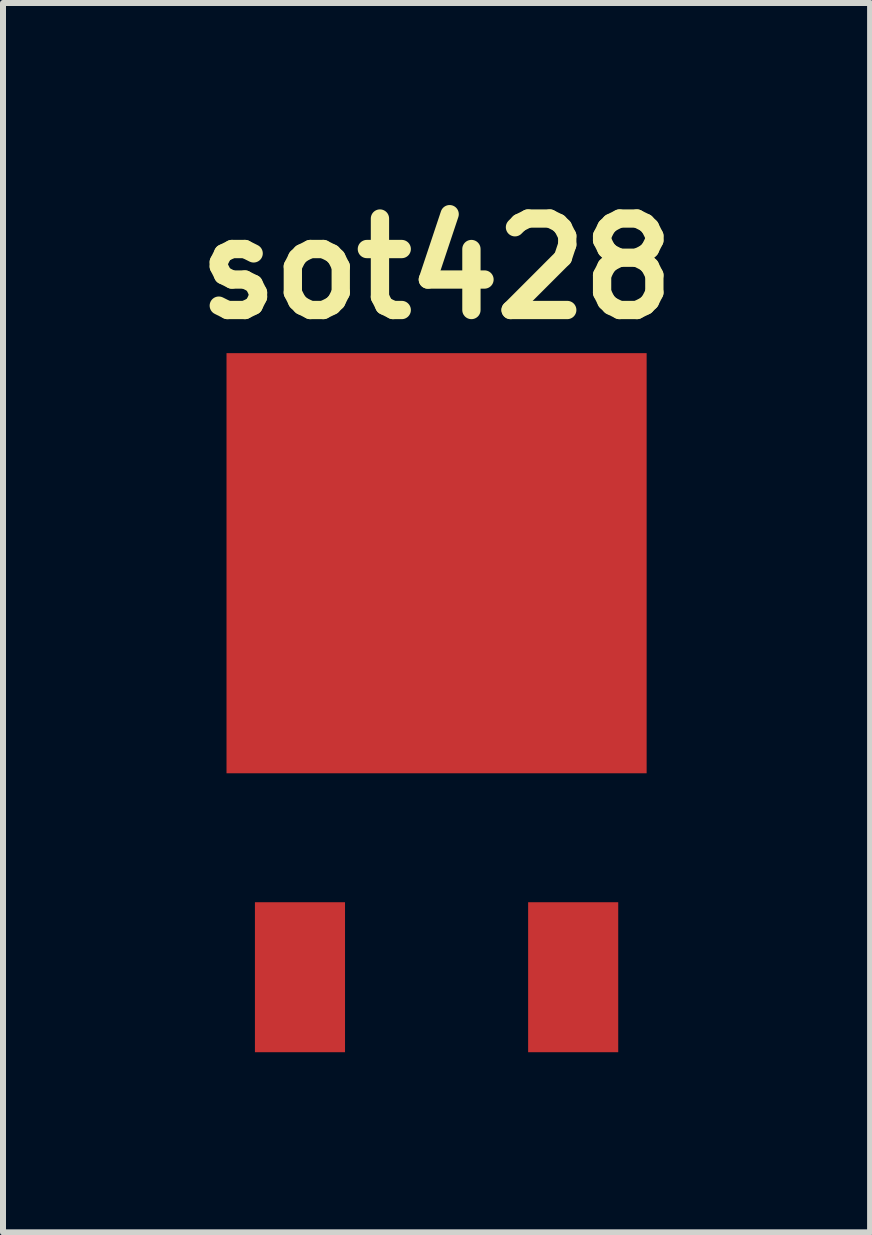
<source format=kicad_pcb>
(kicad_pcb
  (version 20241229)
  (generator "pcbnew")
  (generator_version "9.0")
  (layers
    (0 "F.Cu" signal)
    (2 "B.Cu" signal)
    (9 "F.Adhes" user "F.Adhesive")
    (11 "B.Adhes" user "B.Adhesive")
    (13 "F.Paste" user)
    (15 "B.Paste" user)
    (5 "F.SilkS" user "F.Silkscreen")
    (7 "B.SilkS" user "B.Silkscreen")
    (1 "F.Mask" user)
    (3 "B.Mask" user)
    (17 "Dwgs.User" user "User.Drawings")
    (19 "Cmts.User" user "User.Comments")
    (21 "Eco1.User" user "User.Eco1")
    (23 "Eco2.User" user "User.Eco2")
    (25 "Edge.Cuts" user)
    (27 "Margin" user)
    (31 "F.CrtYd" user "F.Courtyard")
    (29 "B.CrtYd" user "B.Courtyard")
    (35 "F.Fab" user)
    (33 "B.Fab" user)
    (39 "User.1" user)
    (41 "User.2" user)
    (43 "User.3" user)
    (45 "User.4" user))
  (footprint "sot428"
    (layer "F.Cu")
    (at 4.224 9.783)
    (property "Reference" "sot428" (at 0 -8.357 0) (layer "F.SilkS") (effects (font (size 1.524 1.524) (thickness 0.305))))
    (attr through_hole)
    (pad "1" smd rect (at -2.276 3.449) (size 1.501 2.499) (layers "F.Cu" "F.Mask" "F.Paste"))
    (pad "2" smd rect (at 0 -3.449) (size 7 7) (layers "F.Cu" "F.Mask" "F.Paste"))
    (pad "3" smd rect (at 2.276 3.449) (size 1.501 2.499) (layers "F.Cu" "F.Mask" "F.Paste")))
  (gr_rect
    (start -3 -3)
    (end 11.447 17.482)
    (stroke (width 0.1) (type default))
    (fill no)
    (layer "Edge.Cuts")))
</source>
